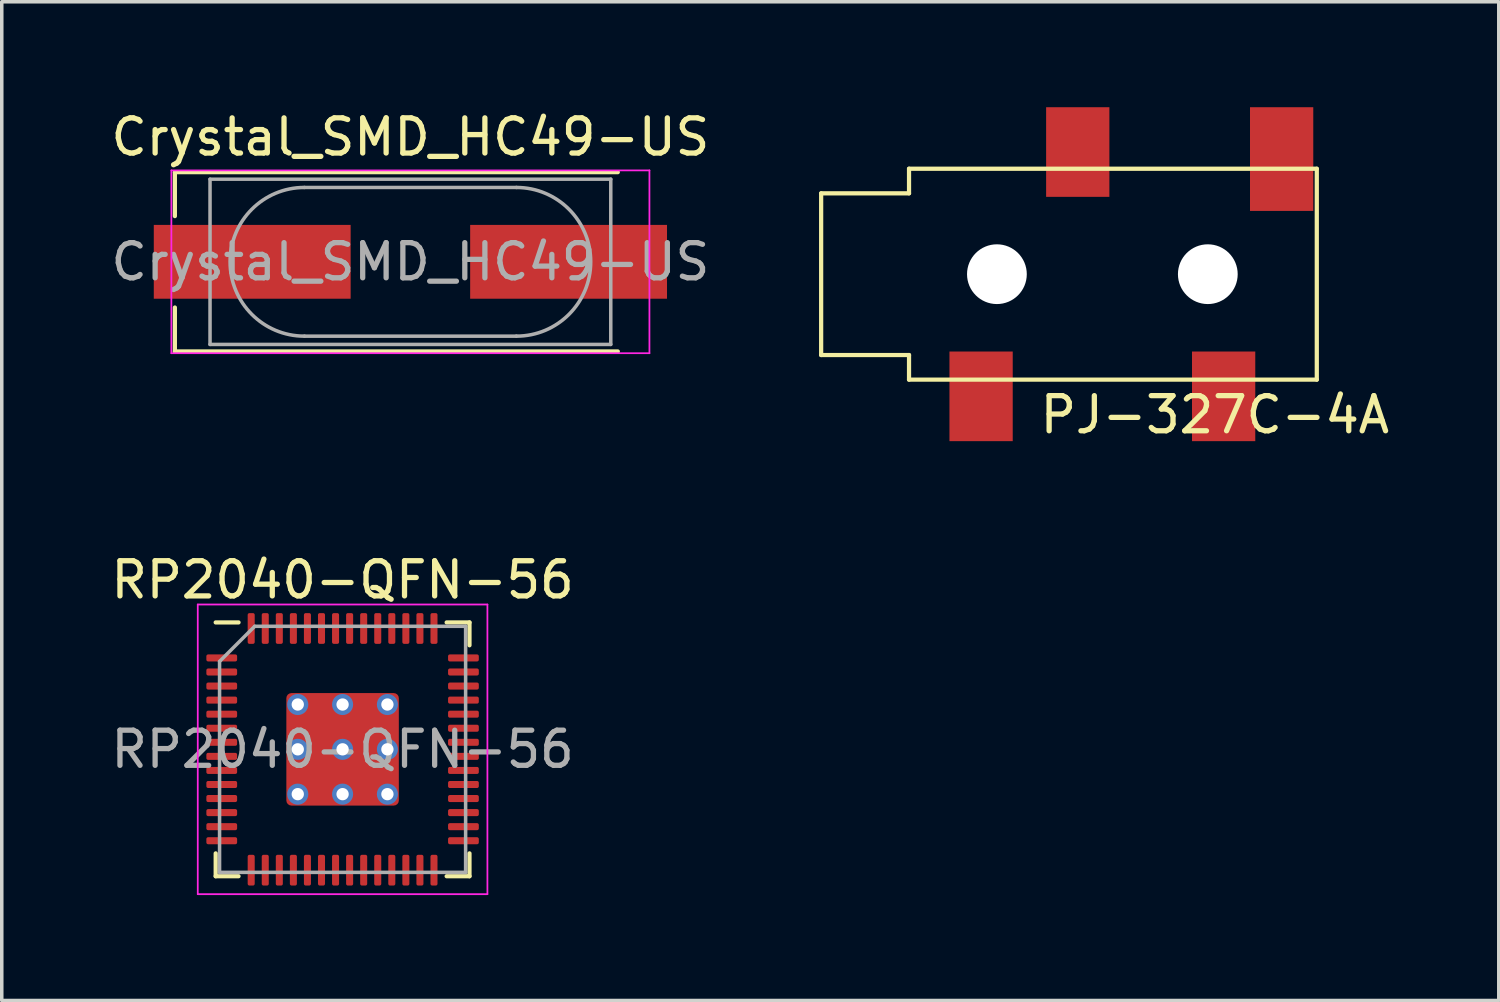
<source format=kicad_pcb>
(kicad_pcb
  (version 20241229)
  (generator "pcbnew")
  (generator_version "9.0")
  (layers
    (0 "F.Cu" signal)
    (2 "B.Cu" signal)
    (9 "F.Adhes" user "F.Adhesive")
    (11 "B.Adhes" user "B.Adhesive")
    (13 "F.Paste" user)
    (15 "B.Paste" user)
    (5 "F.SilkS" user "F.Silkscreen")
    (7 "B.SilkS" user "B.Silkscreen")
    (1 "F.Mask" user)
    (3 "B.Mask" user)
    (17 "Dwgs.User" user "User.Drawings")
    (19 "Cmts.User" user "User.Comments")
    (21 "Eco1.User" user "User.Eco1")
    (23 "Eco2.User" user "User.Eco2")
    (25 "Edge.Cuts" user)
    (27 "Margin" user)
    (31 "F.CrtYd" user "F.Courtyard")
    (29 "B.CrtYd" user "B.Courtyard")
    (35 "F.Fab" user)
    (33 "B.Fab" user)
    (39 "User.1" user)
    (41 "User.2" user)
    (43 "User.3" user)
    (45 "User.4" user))
  (footprint "Crystal_SMD_HC49-US"
    (layer "F.Cu")
    (at 8.625 4.398)
    (property "Reference" "Crystal_SMD_HC49-US" (at 0 -3.55 0) (layer "F.SilkS") (effects (font (size 1 1) (thickness 0.15))))
    (attr smd)
    (fp_line (start -6.7 -2.55) (end -6.7 -1.3) (stroke (width 0.12) (type solid)) (layer "F.SilkS"))
    (fp_line (start -6.7 1.3) (end -6.7 2.55) (stroke (width 0.12) (type solid)) (layer "F.SilkS"))
    (fp_line (start -6.7 2.55) (end 5.9 2.55) (stroke (width 0.12) (type solid)) (layer "F.SilkS"))
    (fp_line (start 5.9 -2.55) (end -6.7 -2.55) (stroke (width 0.12) (type solid)) (layer "F.SilkS"))
    (fp_line (start -6.8 -2.6) (end -6.8 2.6) (stroke (width 0.05) (type solid)) (layer "F.CrtYd"))
    (fp_line (start -6.8 2.6) (end 6.8 2.6) (stroke (width 0.05) (type solid)) (layer "F.CrtYd"))
    (fp_line (start 6.8 -2.6) (end -6.8 -2.6) (stroke (width 0.05) (type solid)) (layer "F.CrtYd"))
    (fp_line (start 6.8 2.6) (end 6.8 -2.6) (stroke (width 0.05) (type solid)) (layer "F.CrtYd"))
    (fp_line (start -5.7 -2.35) (end -5.7 2.35) (stroke (width 0.1) (type solid)) (layer "F.Fab"))
    (fp_line (start -5.7 2.35) (end 5.7 2.35) (stroke (width 0.1) (type solid)) (layer "F.Fab"))
    (fp_line (start -3.015 -2.115) (end 3.015 -2.115) (stroke (width 0.1) (type solid)) (layer "F.Fab"))
    (fp_line (start -3.015 2.115) (end 3.015 2.115) (stroke (width 0.1) (type solid)) (layer "F.Fab"))
    (fp_line (start 5.7 -2.35) (end -5.7 -2.35) (stroke (width 0.1) (type solid)) (layer "F.Fab"))
    (fp_line (start 5.7 2.35) (end 5.7 -2.35) (stroke (width 0.1) (type solid)) (layer "F.Fab"))
    (fp_arc (start -3.015 2.115) (mid -5.13 0) (end -3.015 -2.115) (stroke (width 0.1) (type solid)) (layer "F.Fab"))
    (fp_arc (start 3.015 -2.115) (mid 5.13 0) (end 3.015 2.115) (stroke (width 0.1) (type solid)) (layer "F.Fab"))
    (fp_text user "${REFERENCE}" (at 0 0 0) (layer "F.Fab") (effects (font (size 1 1) (thickness 0.15))))
    (pad "1" smd rect (at -4.5 0) (size 5.6 2.1) (layers "F.Cu" "F.Mask" "F.Paste"))
    (pad "2" smd rect (at 4.5 0) (size 5.6 2.1) (layers "F.Cu" "F.Mask" "F.Paste")))
  (footprint "PJ-327C-4A"
    (layer "F.Cu")
    (at 22.81 4.75)
    (property "Reference" "PJ-327C-4A" (at 8.7 4 0) (layer "F.SilkS") (effects (font (size 1 1) (thickness 0.15))))
    (attr through_hole)
    (fp_line (start -2.5 -2.3) (end -2.5 2.3) (stroke (width 0.12) (type solid)) (layer "F.SilkS"))
    (fp_line (start -2.5 2.3) (end 0 2.3) (stroke (width 0.12) (type solid)) (layer "F.SilkS"))
    (fp_line (start 0 -3) (end 0 -2.3) (stroke (width 0.12) (type solid)) (layer "F.SilkS"))
    (fp_line (start 0 -2.3) (end -2.5 -2.3) (stroke (width 0.12) (type solid)) (layer "F.SilkS"))
    (fp_line (start 0 2.3) (end 0 3) (stroke (width 0.12) (type solid)) (layer "F.SilkS"))
    (fp_line (start 0 3) (end 11.6 3) (stroke (width 0.12) (type solid)) (layer "F.SilkS"))
    (fp_line (start 11.6 -3) (end 0 -3) (stroke (width 0.12) (type solid)) (layer "F.SilkS"))
    (fp_line (start 11.6 3) (end 11.6 -3) (stroke (width 0.12) (type solid)) (layer "F.SilkS"))
    (pad "" np_thru_hole circle (at 2.5 0) (size 1.7 1.7) (drill 1.7) (layers "*.Cu" "*.Mask"))
    (pad "" np_thru_hole circle (at 8.5 0) (size 1.7 1.7) (drill 1.7) (layers "*.Cu" "*.Mask"))
    (pad "R" smd rect (at 4.8 -3.475) (size 1.8 2.55) (layers "F.Cu" "F.Mask" "F.Paste"))
    (pad "S" smd rect (at 2.05 3.475) (size 1.8 2.55) (layers "F.Cu" "F.Mask" "F.Paste"))
    (pad "T" smd rect (at 8.95 3.475) (size 1.8 2.55) (layers "F.Cu" "F.Mask" "F.Paste"))
    (pad "TN" smd rect (at 10.6 -3.275 180) (size 1.8 2.95) (layers "F.Cu" "F.Mask" "F.Paste")))
  (footprint "RP2040-QFN-56"
    (layer "F.Cu")
    (at 6.696 18.267)
    (property "Reference" "RP2040-QFN-56" (at 0 -4.82 0) (layer "F.SilkS") (effects (font (size 1 1) (thickness 0.15))))
    (attr smd)
    (fp_line (start -3.61 3.61) (end -3.61 2.96) (stroke (width 0.12) (type solid)) (layer "F.SilkS"))
    (fp_line (start -2.96 -3.61) (end -3.61 -3.61) (stroke (width 0.12) (type solid)) (layer "F.SilkS"))
    (fp_line (start -2.96 3.61) (end -3.61 3.61) (stroke (width 0.12) (type solid)) (layer "F.SilkS"))
    (fp_line (start 2.96 -3.61) (end 3.61 -3.61) (stroke (width 0.12) (type solid)) (layer "F.SilkS"))
    (fp_line (start 2.96 3.61) (end 3.61 3.61) (stroke (width 0.12) (type solid)) (layer "F.SilkS"))
    (fp_line (start 3.61 -3.61) (end 3.61 -2.96) (stroke (width 0.12) (type solid)) (layer "F.SilkS"))
    (fp_line (start 3.61 3.61) (end 3.61 2.96) (stroke (width 0.12) (type solid)) (layer "F.SilkS"))
    (fp_line (start -4.12 -4.12) (end -4.12 4.12) (stroke (width 0.05) (type solid)) (layer "F.CrtYd"))
    (fp_line (start -4.12 4.12) (end 4.12 4.12) (stroke (width 0.05) (type solid)) (layer "F.CrtYd"))
    (fp_line (start 4.12 -4.12) (end -4.12 -4.12) (stroke (width 0.05) (type solid)) (layer "F.CrtYd"))
    (fp_line (start 4.12 4.12) (end 4.12 -4.12) (stroke (width 0.05) (type solid)) (layer "F.CrtYd"))
    (fp_line (start -3.5 -2.5) (end -2.5 -3.5) (stroke (width 0.1) (type solid)) (layer "F.Fab"))
    (fp_line (start -3.5 3.5) (end -3.5 -2.5) (stroke (width 0.1) (type solid)) (layer "F.Fab"))
    (fp_line (start -2.5 -3.5) (end 3.5 -3.5) (stroke (width 0.1) (type solid)) (layer "F.Fab"))
    (fp_line (start 3.5 -3.5) (end 3.5 3.5) (stroke (width 0.1) (type solid)) (layer "F.Fab"))
    (fp_line (start 3.5 3.5) (end -3.5 3.5) (stroke (width 0.1) (type solid)) (layer "F.Fab"))
    (fp_text user "${REFERENCE}" (at 0 0 0) (layer "F.Fab") (effects (font (size 1 1) (thickness 0.15))))
    (pad "" smd roundrect (at -0.637 -0.637) (size 1.084 1.084) (layers "F.Paste") (roundrect_rratio 0.231))
    (pad "" smd roundrect (at -0.637 0.637) (size 1.084 1.084) (layers "F.Paste") (roundrect_rratio 0.231))
    (pad "" smd roundrect (at 0.637 -0.637) (size 1.084 1.084) (layers "F.Paste") (roundrect_rratio 0.231))
    (pad "" smd roundrect (at 0.637 0.637) (size 1.084 1.084) (layers "F.Paste") (roundrect_rratio 0.231))
    (pad "1" smd roundrect (at -3.438 -2.6) (size 0.875 0.2) (layers "F.Cu" "F.Mask" "F.Paste") (roundrect_rratio 0.25))
    (pad "2" smd roundrect (at -3.438 -2.2) (size 0.875 0.2) (layers "F.Cu" "F.Mask" "F.Paste") (roundrect_rratio 0.25))
    (pad "3" smd roundrect (at -3.438 -1.8) (size 0.875 0.2) (layers "F.Cu" "F.Mask" "F.Paste") (roundrect_rratio 0.25))
    (pad "4" smd roundrect (at -3.438 -1.4) (size 0.875 0.2) (layers "F.Cu" "F.Mask" "F.Paste") (roundrect_rratio 0.25))
    (pad "5" smd roundrect (at -3.438 -1) (size 0.875 0.2) (layers "F.Cu" "F.Mask" "F.Paste") (roundrect_rratio 0.25))
    (pad "6" smd roundrect (at -3.438 -0.6) (size 0.875 0.2) (layers "F.Cu" "F.Mask" "F.Paste") (roundrect_rratio 0.25))
    (pad "7" smd roundrect (at -3.438 -0.2) (size 0.875 0.2) (layers "F.Cu" "F.Mask" "F.Paste") (roundrect_rratio 0.25))
    (pad "8" smd roundrect (at -3.438 0.2) (size 0.875 0.2) (layers "F.Cu" "F.Mask" "F.Paste") (roundrect_rratio 0.25))
    (pad "9" smd roundrect (at -3.438 0.6) (size 0.875 0.2) (layers "F.Cu" "F.Mask" "F.Paste") (roundrect_rratio 0.25))
    (pad "10" smd roundrect (at -3.438 1) (size 0.875 0.2) (layers "F.Cu" "F.Mask" "F.Paste") (roundrect_rratio 0.25))
    (pad "11" smd roundrect (at -3.438 1.4) (size 0.875 0.2) (layers "F.Cu" "F.Mask" "F.Paste") (roundrect_rratio 0.25))
    (pad "12" smd roundrect (at -3.438 1.8) (size 0.875 0.2) (layers "F.Cu" "F.Mask" "F.Paste") (roundrect_rratio 0.25))
    (pad "13" smd roundrect (at -3.438 2.2) (size 0.875 0.2) (layers "F.Cu" "F.Mask" "F.Paste") (roundrect_rratio 0.25))
    (pad "14" smd roundrect (at -3.438 2.6) (size 0.875 0.2) (layers "F.Cu" "F.Mask" "F.Paste") (roundrect_rratio 0.25))
    (pad "15" smd roundrect (at -2.6 3.438) (size 0.2 0.875) (layers "F.Cu" "F.Mask" "F.Paste") (roundrect_rratio 0.25))
    (pad "16" smd roundrect (at -2.2 3.438) (size 0.2 0.875) (layers "F.Cu" "F.Mask" "F.Paste") (roundrect_rratio 0.25))
    (pad "17" smd roundrect (at -1.8 3.438) (size 0.2 0.875) (layers "F.Cu" "F.Mask" "F.Paste") (roundrect_rratio 0.25))
    (pad "18" smd roundrect (at -1.4 3.438) (size 0.2 0.875) (layers "F.Cu" "F.Mask" "F.Paste") (roundrect_rratio 0.25))
    (pad "19" smd roundrect (at -1 3.438) (size 0.2 0.875) (layers "F.Cu" "F.Mask" "F.Paste") (roundrect_rratio 0.25))
    (pad "20" smd roundrect (at -0.6 3.438) (size 0.2 0.875) (layers "F.Cu" "F.Mask" "F.Paste") (roundrect_rratio 0.25))
    (pad "21" smd roundrect (at -0.2 3.438) (size 0.2 0.875) (layers "F.Cu" "F.Mask" "F.Paste") (roundrect_rratio 0.25))
    (pad "22" smd roundrect (at 0.2 3.438) (size 0.2 0.875) (layers "F.Cu" "F.Mask" "F.Paste") (roundrect_rratio 0.25))
    (pad "23" smd roundrect (at 0.6 3.438) (size 0.2 0.875) (layers "F.Cu" "F.Mask" "F.Paste") (roundrect_rratio 0.25))
    (pad "24" smd roundrect (at 1 3.438) (size 0.2 0.875) (layers "F.Cu" "F.Mask" "F.Paste") (roundrect_rratio 0.25))
    (pad "25" smd roundrect (at 1.4 3.438) (size 0.2 0.875) (layers "F.Cu" "F.Mask" "F.Paste") (roundrect_rratio 0.25))
    (pad "26" smd roundrect (at 1.8 3.438) (size 0.2 0.875) (layers "F.Cu" "F.Mask" "F.Paste") (roundrect_rratio 0.25))
    (pad "27" smd roundrect (at 2.2 3.438) (size 0.2 0.875) (layers "F.Cu" "F.Mask" "F.Paste") (roundrect_rratio 0.25))
    (pad "28" smd roundrect (at 2.6 3.438) (size 0.2 0.875) (layers "F.Cu" "F.Mask" "F.Paste") (roundrect_rratio 0.25))
    (pad "29" smd roundrect (at 3.438 2.6) (size 0.875 0.2) (layers "F.Cu" "F.Mask" "F.Paste") (roundrect_rratio 0.25))
    (pad "30" smd roundrect (at 3.438 2.2) (size 0.875 0.2) (layers "F.Cu" "F.Mask" "F.Paste") (roundrect_rratio 0.25))
    (pad "31" smd roundrect (at 3.438 1.8) (size 0.875 0.2) (layers "F.Cu" "F.Mask" "F.Paste") (roundrect_rratio 0.25))
    (pad "32" smd roundrect (at 3.438 1.4) (size 0.875 0.2) (layers "F.Cu" "F.Mask" "F.Paste") (roundrect_rratio 0.25))
    (pad "33" smd roundrect (at 3.438 1) (size 0.875 0.2) (layers "F.Cu" "F.Mask" "F.Paste") (roundrect_rratio 0.25))
    (pad "34" smd roundrect (at 3.438 0.6) (size 0.875 0.2) (layers "F.Cu" "F.Mask" "F.Paste") (roundrect_rratio 0.25))
    (pad "35" smd roundrect (at 3.438 0.2) (size 0.875 0.2) (layers "F.Cu" "F.Mask" "F.Paste") (roundrect_rratio 0.25))
    (pad "36" smd roundrect (at 3.438 -0.2) (size 0.875 0.2) (layers "F.Cu" "F.Mask" "F.Paste") (roundrect_rratio 0.25))
    (pad "37" smd roundrect (at 3.438 -0.6) (size 0.875 0.2) (layers "F.Cu" "F.Mask" "F.Paste") (roundrect_rratio 0.25))
    (pad "38" smd roundrect (at 3.438 -1) (size 0.875 0.2) (layers "F.Cu" "F.Mask" "F.Paste") (roundrect_rratio 0.25))
    (pad "39" smd roundrect (at 3.438 -1.4) (size 0.875 0.2) (layers "F.Cu" "F.Mask" "F.Paste") (roundrect_rratio 0.25))
    (pad "40" smd roundrect (at 3.438 -1.8) (size 0.875 0.2) (layers "F.Cu" "F.Mask" "F.Paste") (roundrect_rratio 0.25))
    (pad "41" smd roundrect (at 3.438 -2.2) (size 0.875 0.2) (layers "F.Cu" "F.Mask" "F.Paste") (roundrect_rratio 0.25))
    (pad "42" smd roundrect (at 3.438 -2.6) (size 0.875 0.2) (layers "F.Cu" "F.Mask" "F.Paste") (roundrect_rratio 0.25))
    (pad "43" smd roundrect (at 2.6 -3.438) (size 0.2 0.875) (layers "F.Cu" "F.Mask" "F.Paste") (roundrect_rratio 0.25))
    (pad "44" smd roundrect (at 2.2 -3.438) (size 0.2 0.875) (layers "F.Cu" "F.Mask" "F.Paste") (roundrect_rratio 0.25))
    (pad "45" smd roundrect (at 1.8 -3.438) (size 0.2 0.875) (layers "F.Cu" "F.Mask" "F.Paste") (roundrect_rratio 0.25))
    (pad "46" smd roundrect (at 1.4 -3.438) (size 0.2 0.875) (layers "F.Cu" "F.Mask" "F.Paste") (roundrect_rratio 0.25))
    (pad "47" smd roundrect (at 1 -3.438) (size 0.2 0.875) (layers "F.Cu" "F.Mask" "F.Paste") (roundrect_rratio 0.25))
    (pad "48" smd roundrect (at 0.6 -3.438) (size 0.2 0.875) (layers "F.Cu" "F.Mask" "F.Paste") (roundrect_rratio 0.25))
    (pad "49" smd roundrect (at 0.2 -3.438) (size 0.2 0.875) (layers "F.Cu" "F.Mask" "F.Paste") (roundrect_rratio 0.25))
    (pad "50" smd roundrect (at -0.2 -3.438) (size 0.2 0.875) (layers "F.Cu" "F.Mask" "F.Paste") (roundrect_rratio 0.25))
    (pad "51" smd roundrect (at -0.6 -3.438) (size 0.2 0.875) (layers "F.Cu" "F.Mask" "F.Paste") (roundrect_rratio 0.25))
    (pad "52" smd roundrect (at -1 -3.438) (size 0.2 0.875) (layers "F.Cu" "F.Mask" "F.Paste") (roundrect_rratio 0.25))
    (pad "53" smd roundrect (at -1.4 -3.438) (size 0.2 0.875) (layers "F.Cu" "F.Mask" "F.Paste") (roundrect_rratio 0.25))
    (pad "54" smd roundrect (at -1.8 -3.438) (size 0.2 0.875) (layers "F.Cu" "F.Mask" "F.Paste") (roundrect_rratio 0.25))
    (pad "55" smd roundrect (at -2.2 -3.438) (size 0.2 0.875) (layers "F.Cu" "F.Mask" "F.Paste") (roundrect_rratio 0.25))
    (pad "56" smd roundrect (at -2.6 -3.438) (size 0.2 0.875) (layers "F.Cu" "F.Mask" "F.Paste") (roundrect_rratio 0.25))
    (pad "57" thru_hole circle (at -1.275 -1.275) (size 0.6 0.6) (drill 0.35) (layers "*.Cu"))
    (pad "57" thru_hole circle (at -1.275 0) (size 0.6 0.6) (drill 0.35) (layers "*.Cu"))
    (pad "57" thru_hole circle (at -1.275 1.275) (size 0.6 0.6) (drill 0.35) (layers "*.Cu"))
    (pad "57" thru_hole circle (at 0 -1.275) (size 0.6 0.6) (drill 0.35) (layers "*.Cu"))
    (pad "57" thru_hole circle (at 0 0) (size 0.6 0.6) (drill 0.35) (layers "*.Cu"))
    (pad "57" smd roundrect (at 0 0) (size 3.2 3.2) (layers "F.Cu" "F.Mask") (roundrect_rratio 0.045))
    (pad "57" thru_hole circle (at 0 1.275) (size 0.6 0.6) (drill 0.35) (layers "*.Cu"))
    (pad "57" thru_hole circle (at 1.275 -1.275) (size 0.6 0.6) (drill 0.35) (layers "*.Cu"))
    (pad "57" thru_hole circle (at 1.275 0) (size 0.6 0.6) (drill 0.35) (layers "*.Cu"))
    (pad "57" thru_hole circle (at 1.275 1.275) (size 0.6 0.6) (drill 0.35) (layers "*.Cu")))
  (gr_rect
    (start -3 -3)
    (end 39.587 25.412)
    (stroke (width 0.1) (type default))
    (fill no)
    (layer "Edge.Cuts")))
</source>
